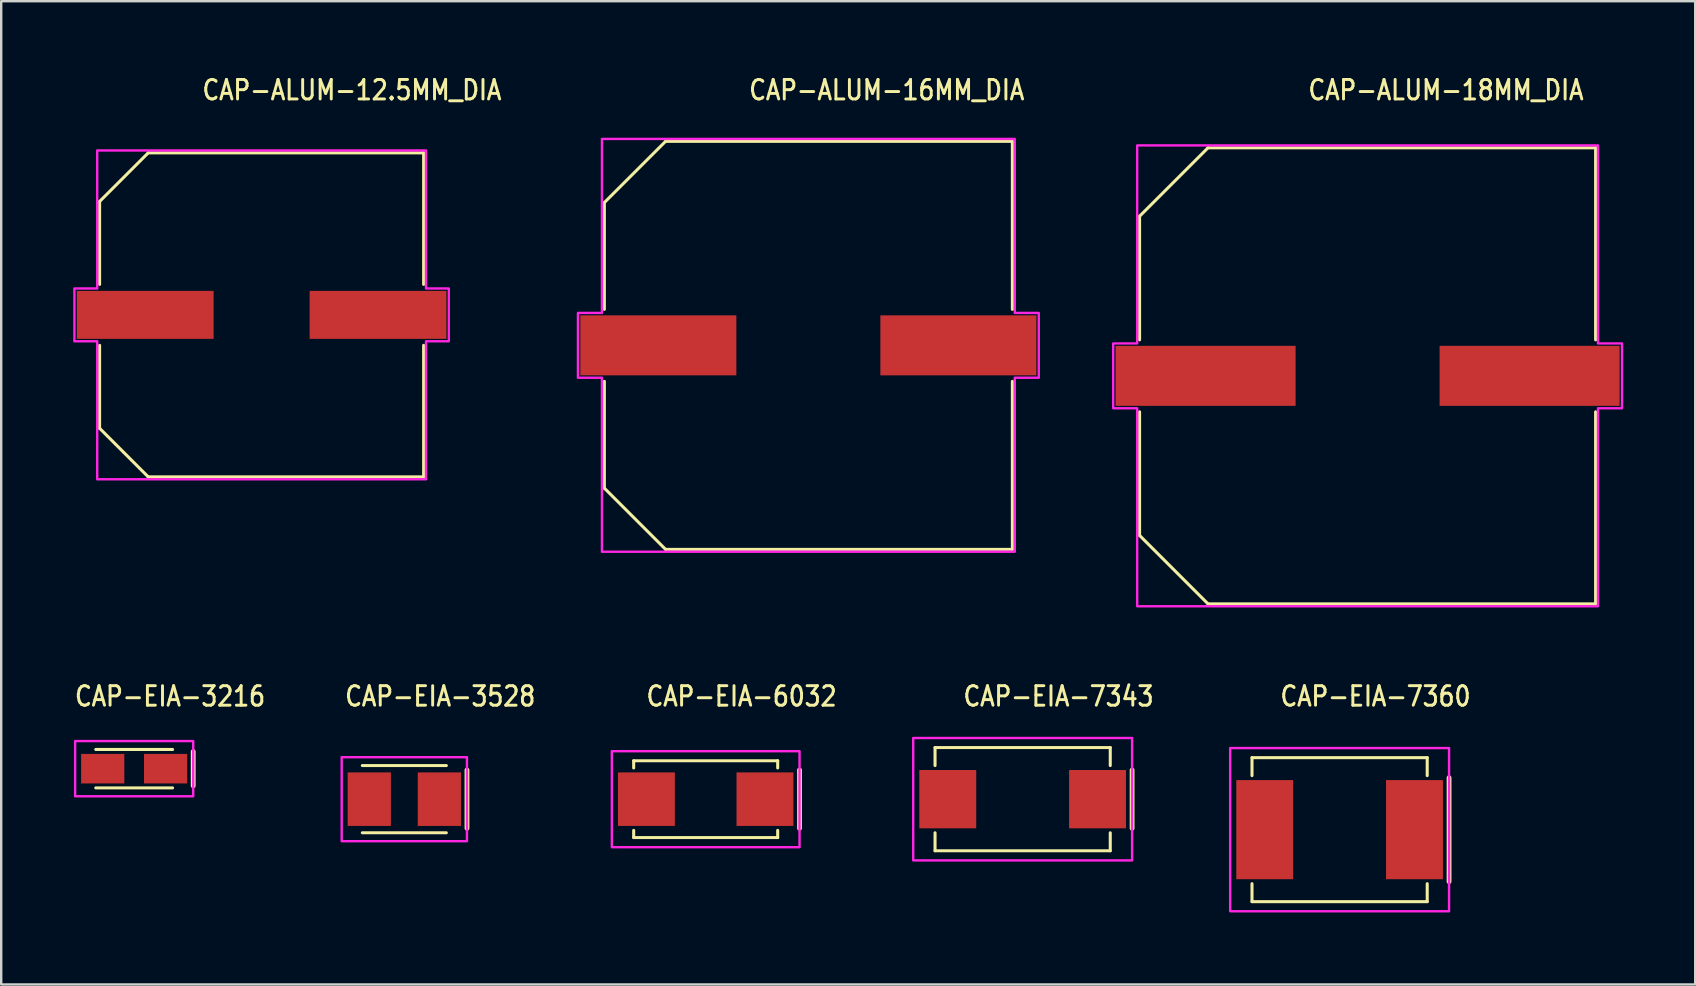
<source format=kicad_pcb>
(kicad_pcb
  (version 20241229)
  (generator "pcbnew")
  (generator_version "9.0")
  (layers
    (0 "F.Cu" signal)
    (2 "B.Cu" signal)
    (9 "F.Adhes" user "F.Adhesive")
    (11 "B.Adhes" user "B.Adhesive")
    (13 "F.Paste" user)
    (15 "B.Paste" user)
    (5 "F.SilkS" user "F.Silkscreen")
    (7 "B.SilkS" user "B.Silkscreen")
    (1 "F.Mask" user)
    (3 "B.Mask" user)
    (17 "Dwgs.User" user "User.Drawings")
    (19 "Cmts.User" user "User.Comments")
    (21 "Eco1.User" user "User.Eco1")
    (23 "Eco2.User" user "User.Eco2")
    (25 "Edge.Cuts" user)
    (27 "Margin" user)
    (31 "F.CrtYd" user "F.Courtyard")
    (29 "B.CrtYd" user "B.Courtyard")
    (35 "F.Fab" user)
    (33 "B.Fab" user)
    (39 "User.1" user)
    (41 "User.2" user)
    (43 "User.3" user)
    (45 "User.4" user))
  (footprint "CAP-EIA-3216"
    (layer "F.Cu")
    (at 2.54 28.977)
    (property "Reference" "CAP-EIA-3216" (at -2.54 -2.54 0) (unlocked yes) (layer "F.SilkS") (effects (font (size 0.813 0.695) (thickness 0.122)) (justify left bottom)))
    (fp_line (start -1.6 -0.8) (end 1.6 -0.8) (stroke (width 0.127) (type solid)) (layer "F.SilkS"))
    (fp_line (start -1.6 0.8) (end 1.6 0.8) (stroke (width 0.127) (type solid)) (layer "F.SilkS"))
    (fp_line (start 2.46 -0.715) (end 2.46 0.715) (stroke (width 0.2) (type solid)) (layer "F.SilkS"))
    (fp_poly (pts (xy -2.46 -1.15) (xy 2.46 -1.15) (xy 2.46 1.15) (xy -2.46 1.15)) (stroke (width 0.1) (type solid)) (fill no) (layer "F.CrtYd"))
    (pad "ANODE_+" smd rect (at 1.31 0) (size 1.8 1.23) (layers "F.Cu" "F.Mask" "F.Paste"))
    (pad "CATHODE_-" smd rect (at -1.31 0) (size 1.8 1.23) (layers "F.Cu" "F.Mask" "F.Paste")))
  (footprint "CAP-EIA-6032"
    (layer "F.Cu")
    (at 26.352 30.247)
    (property "Reference" "CAP-EIA-6032" (at -2.54 -3.81 0) (unlocked yes) (layer "F.SilkS") (effects (font (size 0.813 0.695) (thickness 0.122)) (justify left bottom)))
    (fp_line (start -3 -1.6) (end -3 -1.3) (stroke (width 0.127) (type solid)) (layer "F.SilkS"))
    (fp_line (start -3 -1.6) (end 3 -1.6) (stroke (width 0.127) (type solid)) (layer "F.SilkS"))
    (fp_line (start -3 1.3) (end -3 1.6) (stroke (width 0.127) (type solid)) (layer "F.SilkS"))
    (fp_line (start -3 1.6) (end 3 1.6) (stroke (width 0.127) (type solid)) (layer "F.SilkS"))
    (fp_line (start 3 -1.6) (end 3 -1.3) (stroke (width 0.127) (type solid)) (layer "F.SilkS"))
    (fp_line (start 3 1.3) (end 3 1.6) (stroke (width 0.127) (type solid)) (layer "F.SilkS"))
    (fp_line (start 3.91 -1.215) (end 3.91 1.215) (stroke (width 0.2) (type solid)) (layer "F.SilkS"))
    (fp_poly (pts (xy -3.91 -2) (xy 3.91 -2) (xy 3.91 2) (xy -3.91 2)) (stroke (width 0.1) (type solid)) (fill no) (layer "F.CrtYd"))
    (pad "ANODE_+" smd rect (at 2.47 0) (size 2.37 2.23) (layers "F.Cu" "F.Mask" "F.Paste"))
    (pad "CATHODE_-" smd rect (at -2.47 0) (size 2.37 2.23) (layers "F.Cu" "F.Mask" "F.Paste")))
  (footprint "CAP-ALUM-16MM_DIA"
    (layer "F.Cu")
    (at 30.63 11.339)
    (property "Reference" "CAP-ALUM-16MM_DIA" (at -2.54 -10.16 0) (unlocked yes) (layer "F.SilkS") (effects (font (size 0.813 0.695) (thickness 0.122)) (justify left bottom)))
    (fp_line (start -8.5 -5.95) (end -5.95 -8.5) (stroke (width 0.127) (type solid)) (layer "F.SilkS"))
    (fp_line (start -8.5 -1.5) (end -8.5 -5.95) (stroke (width 0.127) (type solid)) (layer "F.SilkS"))
    (fp_line (start -8.5 5.95) (end -8.5 1.5) (stroke (width 0.127) (type solid)) (layer "F.SilkS"))
    (fp_line (start -5.95 -8.5) (end 8.5 -8.5) (stroke (width 0.127) (type solid)) (layer "F.SilkS"))
    (fp_line (start -5.95 8.5) (end -8.5 5.95) (stroke (width 0.127) (type solid)) (layer "F.SilkS"))
    (fp_line (start 8.5 -8.5) (end 8.5 -1.5) (stroke (width 0.127) (type solid)) (layer "F.SilkS"))
    (fp_line (start 8.5 1.5) (end 8.5 8.5) (stroke (width 0.127) (type solid)) (layer "F.SilkS"))
    (fp_line (start 8.5 8.5) (end -5.95 8.5) (stroke (width 0.127) (type solid)) (layer "F.SilkS"))
    (fp_poly (pts (xy -9.6 -1.35) (xy -8.6 -1.35) (xy -8.6 -8.6) (xy 8.6 -8.6) (xy 8.6 -1.35) (xy 9.6 -1.35) (xy 9.6 1.35) (xy 8.6 1.35) (xy 8.6 8.6) (xy -8.6 8.6) (xy -8.6 1.35) (xy -9.6 1.35)) (stroke (width 0.1) (type solid)) (fill no) (layer "F.CrtYd"))
    (pad "+" smd rect (at -6.25 0) (size 6.5 2.5) (layers "F.Cu" "F.Mask" "F.Paste"))
    (pad "-" smd rect (at 6.25 0) (size 6.5 2.5) (layers "F.Cu" "F.Mask" "F.Paste")))
  (footprint "CAP-EIA-7360"
    (layer "F.Cu")
    (at 52.764 31.517)
    (property "Reference" "CAP-EIA-7360" (at -2.54 -5.08 0) (unlocked yes) (layer "F.SilkS") (effects (font (size 0.813 0.695) (thickness 0.122)) (justify left bottom)))
    (fp_line (start -3.65 -3) (end -3.65 -2.252) (stroke (width 0.127) (type solid)) (layer "F.SilkS"))
    (fp_line (start -3.65 -3) (end 3.65 -3) (stroke (width 0.127) (type solid)) (layer "F.SilkS"))
    (fp_line (start -3.65 2.252) (end -3.65 3) (stroke (width 0.127) (type solid)) (layer "F.SilkS"))
    (fp_line (start -3.65 3) (end 3.65 3) (stroke (width 0.127) (type solid)) (layer "F.SilkS"))
    (fp_line (start 3.65 -3) (end 3.65 -2.252) (stroke (width 0.127) (type solid)) (layer "F.SilkS"))
    (fp_line (start 3.65 2.252) (end 3.65 3) (stroke (width 0.127) (type solid)) (layer "F.SilkS"))
    (fp_line (start 4.56 -2.165) (end 4.56 2.165) (stroke (width 0.2) (type solid)) (layer "F.SilkS"))
    (fp_poly (pts (xy -4.56 -3.4) (xy 4.56 -3.4) (xy 4.56 3.4) (xy -4.56 3.4)) (stroke (width 0.1) (type solid)) (fill no) (layer "F.CrtYd"))
    (pad "ANODE_+" smd rect (at 3.12 0) (size 2.37 4.13) (layers "F.Cu" "F.Mask" "F.Paste"))
    (pad "CATHODE_-" smd rect (at -3.12 0) (size 2.37 4.13) (layers "F.Cu" "F.Mask" "F.Paste")))
  (footprint "CAP-EIA-7343"
    (layer "F.Cu")
    (at 39.558 30.247)
    (property "Reference" "CAP-EIA-7343" (at -2.54 -3.81 0) (unlocked yes) (layer "F.SilkS") (effects (font (size 0.813 0.695) (thickness 0.122)) (justify left bottom)))
    (fp_line (start -3.65 -2.15) (end -3.65 -1.401) (stroke (width 0.127) (type solid)) (layer "F.SilkS"))
    (fp_line (start -3.65 -2.15) (end 3.65 -2.15) (stroke (width 0.127) (type solid)) (layer "F.SilkS"))
    (fp_line (start -3.65 1.401) (end -3.65 2.15) (stroke (width 0.127) (type solid)) (layer "F.SilkS"))
    (fp_line (start -3.65 2.15) (end 3.65 2.15) (stroke (width 0.127) (type solid)) (layer "F.SilkS"))
    (fp_line (start 3.65 -2.15) (end 3.65 -1.401) (stroke (width 0.127) (type solid)) (layer "F.SilkS"))
    (fp_line (start 3.65 1.401) (end 3.65 2.15) (stroke (width 0.127) (type solid)) (layer "F.SilkS"))
    (fp_line (start 4.56 -1.215) (end 4.56 1.215) (stroke (width 0.2) (type solid)) (layer "F.SilkS"))
    (fp_poly (pts (xy -4.56 -2.55) (xy 4.56 -2.55) (xy 4.56 2.55) (xy -4.56 2.55)) (stroke (width 0.1) (type solid)) (fill no) (layer "F.CrtYd"))
    (pad "ANODE_+" smd rect (at 3.12 0) (size 2.37 2.43) (layers "F.Cu" "F.Mask" "F.Paste"))
    (pad "CATHODE_-" smd rect (at -3.12 0) (size 2.37 2.43) (layers "F.Cu" "F.Mask" "F.Paste")))
  (footprint "CAP-ALUM-18MM_DIA"
    (layer "F.Cu")
    (at 53.93 12.609)
    (property "Reference" "CAP-ALUM-18MM_DIA" (at -2.54 -11.43 0) (unlocked yes) (layer "F.SilkS") (effects (font (size 0.813 0.695) (thickness 0.122)) (justify left bottom)))
    (fp_line (start -9.5 -6.65) (end -6.65 -9.5) (stroke (width 0.127) (type solid)) (layer "F.SilkS"))
    (fp_line (start -9.5 -1.5) (end -9.5 -6.65) (stroke (width 0.127) (type solid)) (layer "F.SilkS"))
    (fp_line (start -9.5 6.65) (end -9.5 1.5) (stroke (width 0.127) (type solid)) (layer "F.SilkS"))
    (fp_line (start -6.65 -9.5) (end 9.5 -9.5) (stroke (width 0.127) (type solid)) (layer "F.SilkS"))
    (fp_line (start -6.65 9.5) (end -9.5 6.65) (stroke (width 0.127) (type solid)) (layer "F.SilkS"))
    (fp_line (start 9.5 -9.5) (end 9.5 -1.5) (stroke (width 0.127) (type solid)) (layer "F.SilkS"))
    (fp_line (start 9.5 1.5) (end 9.5 9.5) (stroke (width 0.127) (type solid)) (layer "F.SilkS"))
    (fp_line (start 9.5 9.5) (end -6.65 9.5) (stroke (width 0.127) (type solid)) (layer "F.SilkS"))
    (fp_poly (pts (xy -10.6 -1.35) (xy -9.6 -1.35) (xy -9.6 -9.6) (xy 9.6 -9.6) (xy 9.6 -1.35) (xy 10.6 -1.35) (xy 10.6 1.35) (xy 9.6 1.35) (xy 9.6 9.6) (xy -9.6 9.6) (xy -9.6 1.35) (xy -10.6 1.35)) (stroke (width 0.1) (type solid)) (fill no) (layer "F.CrtYd"))
    (pad "+" smd rect (at -6.75 0) (size 7.5 2.5) (layers "F.Cu" "F.Mask" "F.Paste"))
    (pad "-" smd rect (at 6.75 0) (size 7.5 2.5) (layers "F.Cu" "F.Mask" "F.Paste")))
  (footprint "CAP-EIA-3528"
    (layer "F.Cu")
    (at 13.796 30.247)
    (property "Reference" "CAP-EIA-3528" (at -2.54 -3.81 0) (unlocked yes) (layer "F.SilkS") (effects (font (size 0.813 0.695) (thickness 0.122)) (justify left bottom)))
    (fp_line (start -1.75 -1.4) (end 1.75 -1.4) (stroke (width 0.127) (type solid)) (layer "F.SilkS"))
    (fp_line (start -1.75 1.4) (end 1.75 1.4) (stroke (width 0.127) (type solid)) (layer "F.SilkS"))
    (fp_line (start 2.61 -1.215) (end 2.61 1.215) (stroke (width 0.2) (type solid)) (layer "F.SilkS"))
    (fp_poly (pts (xy -2.61 -1.75) (xy 2.61 -1.75) (xy 2.61 1.75) (xy -2.61 1.75)) (stroke (width 0.1) (type solid)) (fill no) (layer "F.CrtYd"))
    (pad "ANODE_+" smd rect (at 1.46 0) (size 1.8 2.23) (layers "F.Cu" "F.Mask" "F.Paste"))
    (pad "CATHODE_-" smd rect (at -1.46 0) (size 1.8 2.23) (layers "F.Cu" "F.Mask" "F.Paste")))
  (footprint "CAP-ALUM-12.5MM_DIA"
    (layer "F.Cu")
    (at 7.85 10.069)
    (property "Reference" "CAP-ALUM-12.5MM_DIA" (at -2.54 -8.89 0) (unlocked yes) (layer "F.SilkS") (effects (font (size 0.813 0.695) (thickness 0.122)) (justify left bottom)))
    (fp_line (start -6.75 -4.725) (end -4.725 -6.75) (stroke (width 0.127) (type solid)) (layer "F.SilkS"))
    (fp_line (start -6.75 -1.27) (end -6.75 -4.725) (stroke (width 0.127) (type solid)) (layer "F.SilkS"))
    (fp_line (start -6.75 4.725) (end -6.75 1.27) (stroke (width 0.127) (type solid)) (layer "F.SilkS"))
    (fp_line (start -4.725 -6.75) (end 6.75 -6.75) (stroke (width 0.127) (type solid)) (layer "F.SilkS"))
    (fp_line (start -4.725 6.75) (end -6.75 4.725) (stroke (width 0.127) (type solid)) (layer "F.SilkS"))
    (fp_line (start 6.75 -6.75) (end 6.75 -1.27) (stroke (width 0.127) (type solid)) (layer "F.SilkS"))
    (fp_line (start 6.75 1.27) (end 6.75 6.75) (stroke (width 0.127) (type solid)) (layer "F.SilkS"))
    (fp_line (start 6.75 6.75) (end -4.725 6.75) (stroke (width 0.127) (type solid)) (layer "F.SilkS"))
    (fp_poly (pts (xy -7.8 -1.1) (xy -6.85 -1.1) (xy -6.85 -6.85) (xy 6.85 -6.85) (xy 6.85 -1.1) (xy 7.8 -1.1) (xy 7.8 1.1) (xy 6.85 1.1) (xy 6.85 6.85) (xy -6.85 6.85) (xy -6.85 1.1) (xy -7.8 1.1)) (stroke (width 0.1) (type solid)) (fill no) (layer "F.CrtYd"))
    (pad "+" smd rect (at -4.85 0) (size 5.7 2) (layers "F.Cu" "F.Mask" "F.Paste"))
    (pad "-" smd rect (at 4.85 0) (size 5.7 2) (layers "F.Cu" "F.Mask" "F.Paste")))
  (gr_rect
    (start -3 -3)
    (end 67.58 37.967)
    (stroke (width 0.1) (type default))
    (fill no)
    (layer "Edge.Cuts")))
</source>
